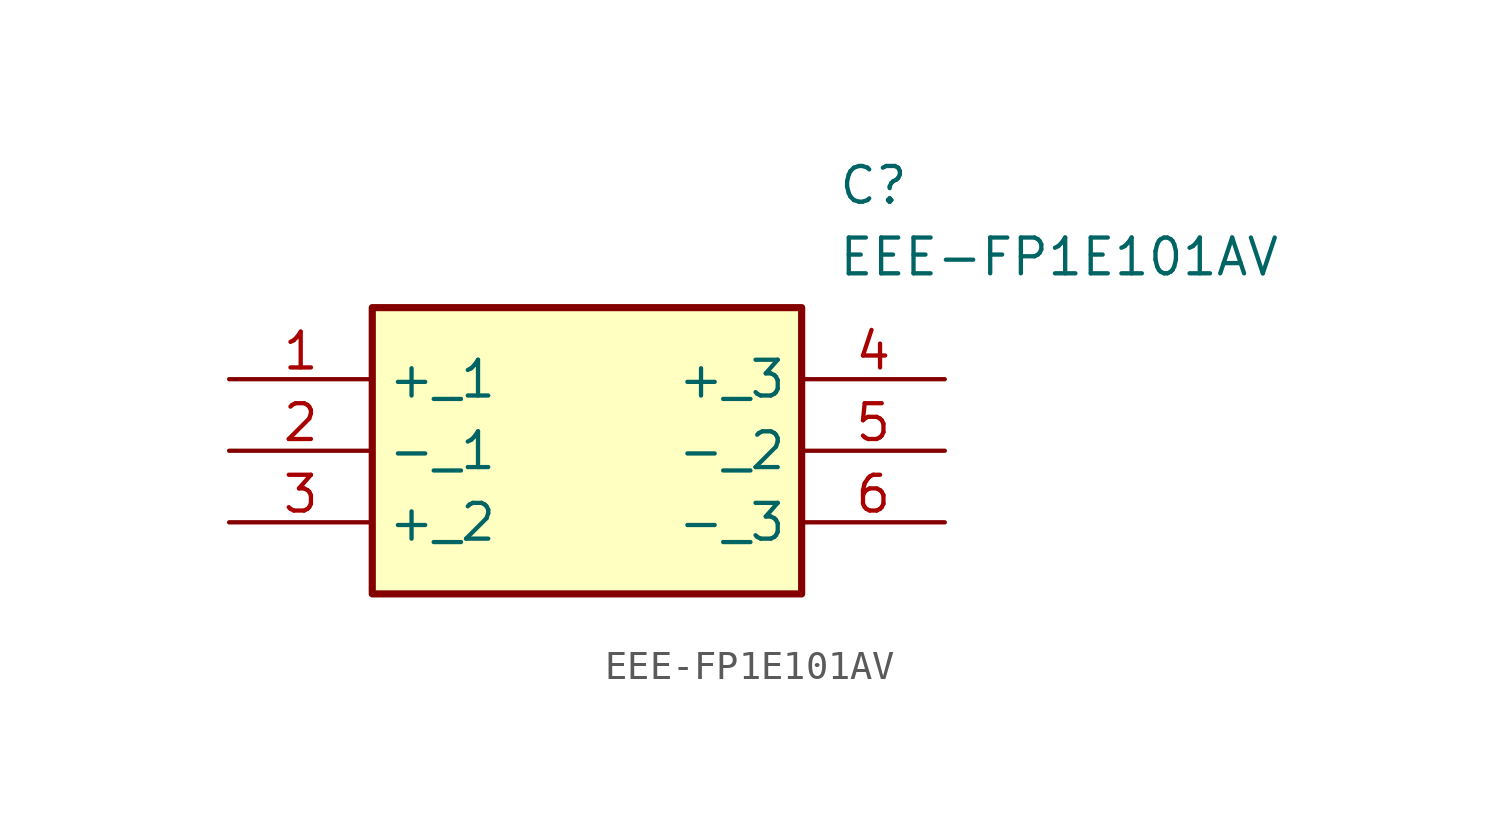
<source format=kicad_sym>
(kicad_symbol_lib
  (version 20211014)
  (generator SamacSys_ECAD_Model)
  (symbol "EEE-FP1E101AV"
    (property "Reference" "C"
      (at 21.59 7.62 0)
      (effects (font (size 1.27 1.27)) (justify left top)))
    (property "Value" "EEE-FP1E101AV"
      (at 21.59 5.08 0)
      (effects (font (size 1.27 1.27)) (justify left top)))
    (rectangle
      (start 5.08 2.54)
      (end 20.32 -7.62)
      (stroke (width 0.254) (type default))
      (fill (type background)))
    (pin passive line
      (at 0 0 0)
      (length 5.08)
      (name "+_1" (effects (font (size 1.27 1.27))))
      (number "1" (effects (font (size 1.27 1.27)))))
    (pin passive line
      (at 0 -2.54 0)
      (length 5.08)
      (name "-_1" (effects (font (size 1.27 1.27))))
      (number "2" (effects (font (size 1.27 1.27)))))
    (pin passive line
      (at 0 -5.08 0)
      (length 5.08)
      (name "+_2" (effects (font (size 1.27 1.27))))
      (number "3" (effects (font (size 1.27 1.27)))))
    (pin passive line
      (at 25.4 0 180)
      (length 5.08)
      (name "+_3" (effects (font (size 1.27 1.27))))
      (number "4" (effects (font (size 1.27 1.27)))))
    (pin passive line
      (at 25.4 -2.54 180)
      (length 5.08)
      (name "-_2" (effects (font (size 1.27 1.27))))
      (number "5" (effects (font (size 1.27 1.27)))))
    (pin passive line
      (at 25.4 -5.08 180)
      (length 5.08)
      (name "-_3" (effects (font (size 1.27 1.27))))
      (number "6" (effects (font (size 1.27 1.27)))))))
</source>
